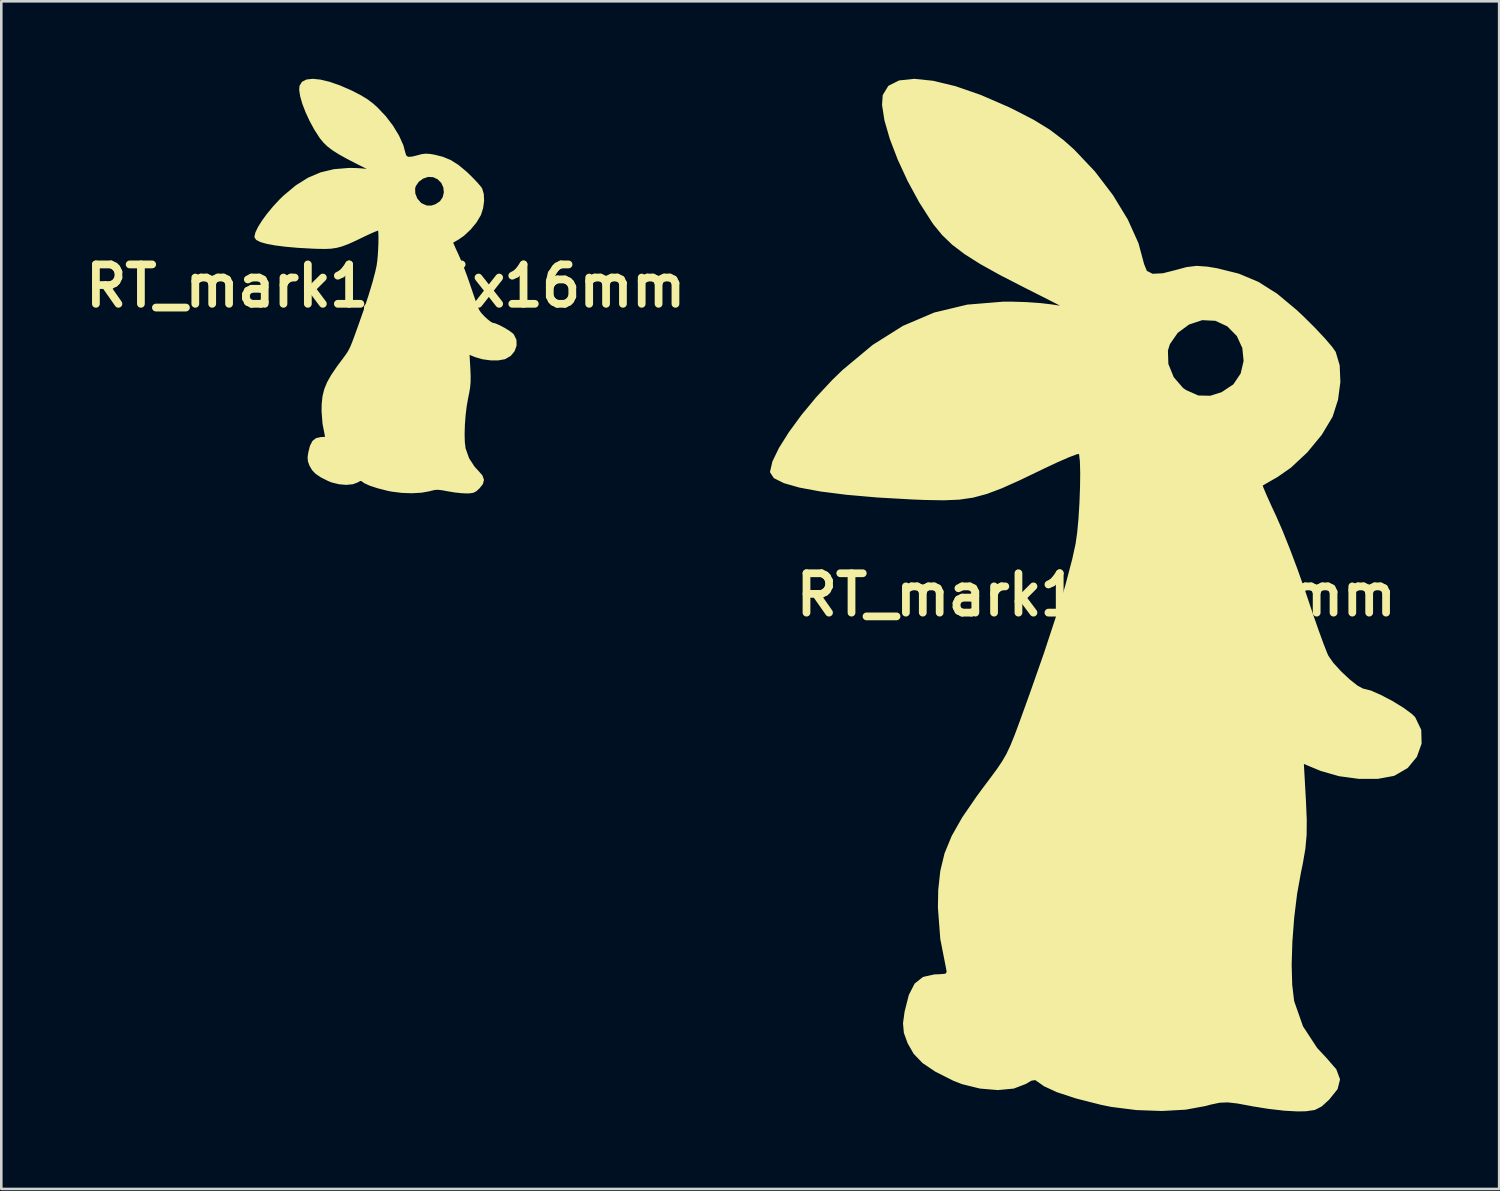
<source format=kicad_pcb>
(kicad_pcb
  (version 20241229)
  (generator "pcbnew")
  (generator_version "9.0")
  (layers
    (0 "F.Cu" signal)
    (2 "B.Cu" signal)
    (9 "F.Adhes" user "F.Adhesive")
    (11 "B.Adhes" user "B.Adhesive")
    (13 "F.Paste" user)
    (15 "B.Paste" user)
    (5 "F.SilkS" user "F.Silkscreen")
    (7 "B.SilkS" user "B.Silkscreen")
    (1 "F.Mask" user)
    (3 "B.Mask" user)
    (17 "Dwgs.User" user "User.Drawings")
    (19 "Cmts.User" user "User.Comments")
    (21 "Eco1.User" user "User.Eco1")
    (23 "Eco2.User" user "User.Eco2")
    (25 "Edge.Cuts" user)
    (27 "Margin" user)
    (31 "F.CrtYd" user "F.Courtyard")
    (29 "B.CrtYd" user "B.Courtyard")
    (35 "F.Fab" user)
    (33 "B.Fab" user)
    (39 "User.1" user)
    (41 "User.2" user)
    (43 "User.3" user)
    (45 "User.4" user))
  (footprint "RT_mark1_16x16mm"
    (layer "F.Cu")
    (at 11.873 8.016)
    (property "Reference" "RT_mark1_16x16mm" (at 0 0 0) (layer "F.SilkS") (effects (font (size 1.524 1.524) (thickness 0.3))))
    (attr through_hole)
    (fp_poly (pts (xy 5.015 2.299) (xy 4.944 2.498) (xy 4.806 2.666) (xy 4.609 2.78) (xy 4.596 2.785) (xy 4.355 2.828) (xy 4.064 2.828) (xy 3.761 2.787) (xy 3.485 2.708) (xy 3.463 2.699) (xy 3.191 2.588) (xy 3.225 3.186) (xy 3.238 3.48) (xy 3.236 3.713) (xy 3.217 3.924) (xy 3.178 4.153) (xy 3.148 4.293) (xy 3.088 4.628) (xy 3.043 4.996) (xy 3.015 5.37) (xy 3.004 5.726) (xy 3.012 6.037) (xy 3.041 6.279) (xy 3.047 6.305) (xy 3.182 6.688) (xy 3.402 7.025) (xy 3.552 7.186) (xy 3.698 7.354) (xy 3.752 7.5) (xy 3.716 7.642) (xy 3.59 7.799) (xy 3.586 7.803) (xy 3.477 7.902) (xy 3.376 7.954) (xy 3.244 7.973) (xy 3.117 7.976) (xy 2.917 7.965) (xy 2.67 7.937) (xy 2.424 7.897) (xy 2.401 7.893) (xy 2.301 7.874) (xy 2.301 -3.618) (xy 2.28 -3.825) (xy 2.192 -4.017) (xy 2.04 -4.171) (xy 1.85 -4.26) (xy 1.637 -4.271) (xy 1.427 -4.201) (xy 1.245 -4.068) (xy 1.121 -3.888) (xy 1.089 -3.784) (xy 1.096 -3.569) (xy 1.181 -3.358) (xy 1.328 -3.188) (xy 1.381 -3.151) (xy 1.576 -3.065) (xy 1.766 -3.061) (xy 1.947 -3.117) (xy 2.136 -3.243) (xy 2.253 -3.417) (xy 2.301 -3.618) (xy 2.301 7.874) (xy 2.186 7.853) (xy 2.034 7.836) (xy 1.907 7.841) (xy 1.77 7.87) (xy 1.686 7.893) (xy 1.382 7.948) (xy 1.016 7.969) (xy 0.623 7.955) (xy 0.236 7.906) (xy 0.076 7.874) (xy -0.306 7.776) (xy -0.599 7.68) (xy -0.8 7.588) (xy -0.869 7.538) (xy -0.939 7.49) (xy -1.009 7.5) (xy -1.098 7.553) (xy -1.282 7.622) (xy -1.524 7.645) (xy -1.797 7.622) (xy -2.07 7.555) (xy -2.206 7.501) (xy -2.48 7.363) (xy -2.676 7.232) (xy -2.81 7.092) (xy -2.902 6.932) (xy -2.959 6.775) (xy -2.971 6.632) (xy -2.947 6.456) (xy -2.882 6.199) (xy -2.795 6.03) (xy -2.673 5.933) (xy -2.502 5.895) (xy -2.436 5.893) (xy -2.327 5.884) (xy -2.294 5.843) (xy -2.305 5.779) (xy -2.394 5.324) (xy -2.431 4.839) (xy -2.426 4.568) (xy -2.395 4.275) (xy -2.329 4.007) (xy -2.22 3.741) (xy -2.058 3.456) (xy -1.835 3.13) (xy -1.755 3.023) (xy -1.621 2.844) (xy -1.519 2.705) (xy -1.439 2.587) (xy -1.373 2.471) (xy -1.311 2.34) (xy -1.245 2.176) (xy -1.164 1.96) (xy -1.061 1.674) (xy -1.013 1.541) (xy -0.794 0.918) (xy -0.609 0.355) (xy -0.46 -0.138) (xy -0.351 -0.554) (xy -0.301 -0.787) (xy -0.276 -0.958) (xy -0.256 -1.176) (xy -0.241 -1.419) (xy -0.231 -1.663) (xy -0.229 -1.886) (xy -0.234 -2.065) (xy -0.246 -2.178) (xy -0.256 -2.204) (xy -0.31 -2.193) (xy -0.436 -2.145) (xy -0.616 -2.066) (xy -0.832 -1.965) (xy -0.85 -1.956) (xy -1.193 -1.791) (xy -1.469 -1.667) (xy -1.701 -1.58) (xy -1.911 -1.524) (xy -2.123 -1.493) (xy -2.359 -1.483) (xy -2.642 -1.488) (xy -2.845 -1.496) (xy -3.389 -1.526) (xy -3.864 -1.568) (xy -4.267 -1.619) (xy -4.59 -1.679) (xy -4.828 -1.747) (xy -4.977 -1.822) (xy -5.029 -1.902) (xy -5.029 -1.904) (xy -4.993 -2.057) (xy -4.894 -2.263) (xy -4.74 -2.507) (xy -4.545 -2.774) (xy -4.318 -3.047) (xy -4.071 -3.313) (xy -3.913 -3.466) (xy -3.448 -3.853) (xy -2.982 -4.145) (xy -2.502 -4.349) (xy -1.993 -4.471) (xy -1.438 -4.517) (xy -1.321 -4.518) (xy -1.092 -4.511) (xy -0.865 -4.495) (xy -0.698 -4.475) (xy -0.561 -4.455) (xy -0.48 -4.447) (xy -0.469 -4.449) (xy -0.517 -4.475) (xy -0.639 -4.538) (xy -0.817 -4.629) (xy -1.035 -4.738) (xy -1.092 -4.767) (xy -1.479 -4.966) (xy -1.786 -5.137) (xy -2.028 -5.29) (xy -2.217 -5.434) (xy -2.37 -5.58) (xy -2.499 -5.738) (xy -2.527 -5.778) (xy -2.724 -6.085) (xy -2.902 -6.413) (xy -3.055 -6.745) (xy -3.177 -7.063) (xy -3.259 -7.348) (xy -3.296 -7.582) (xy -3.286 -7.727) (xy -3.204 -7.863) (xy -3.046 -7.942) (xy -2.818 -7.966) (xy -2.528 -7.936) (xy -2.184 -7.853) (xy -1.793 -7.717) (xy -1.363 -7.53) (xy -1.283 -7.492) (xy -0.974 -7.331) (xy -0.728 -7.181) (xy -0.513 -7.017) (xy -0.354 -6.874) (xy -0.036 -6.539) (xy 0.243 -6.174) (xy 0.47 -5.799) (xy 0.635 -5.435) (xy 0.722 -5.111) (xy 0.767 -4.999) (xy 0.867 -4.948) (xy 1.033 -4.957) (xy 1.216 -5.003) (xy 1.404 -5.053) (xy 1.555 -5.071) (xy 1.719 -5.059) (xy 1.865 -5.035) (xy 2.2 -4.951) (xy 2.5 -4.826) (xy 2.788 -4.643) (xy 3.092 -4.39) (xy 3.19 -4.298) (xy 3.367 -4.122) (xy 3.522 -3.957) (xy 3.636 -3.824) (xy 3.688 -3.75) (xy 3.747 -3.549) (xy 3.758 -3.295) (xy 3.722 -3.024) (xy 3.641 -2.772) (xy 3.634 -2.757) (xy 3.474 -2.488) (xy 3.251 -2.218) (xy 3 -1.983) (xy 2.796 -1.841) (xy 2.664 -1.765) (xy 2.574 -1.714) (xy 2.552 -1.701) (xy 2.567 -1.654) (xy 2.617 -1.536) (xy 2.694 -1.365) (xy 2.764 -1.214) (xy 2.863 -0.988) (xy 2.98 -0.697) (xy 3.101 -0.376) (xy 3.213 -0.056) (xy 3.243 0.034) (xy 3.336 0.309) (xy 3.424 0.561) (xy 3.501 0.77) (xy 3.557 0.913) (xy 3.577 0.956) (xy 3.653 1.066) (xy 3.772 1.196) (xy 3.906 1.322) (xy 4.032 1.422) (xy 4.123 1.471) (xy 4.137 1.473) (xy 4.243 1.5) (xy 4.402 1.57) (xy 4.581 1.665) (xy 4.75 1.769) (xy 4.878 1.864) (xy 4.919 1.906) (xy 5.01 2.094) (xy 5.015 2.299)) (stroke (width 0.1) (type solid)) (fill yes) (layer "F.SilkS")))
  (footprint "RT_mark1_20x20mm"
    (layer "F.Cu")
    (at 39.368 19.965)
    (property "Reference" "RT_mark1_20x20mm" (at 0 0 0) (layer "F.SilkS") (effects (font (size 1.524 1.524) (thickness 0.3))))
    (attr through_hole)
    (fp_poly (pts (xy 12.538 5.749) (xy 12.361 6.244) (xy 12.015 6.664) (xy 11.522 6.95) (xy 11.489 6.961) (xy 10.889 7.071) (xy 10.161 7.071) (xy 9.403 6.969) (xy 8.712 6.771) (xy 8.656 6.749) (xy 7.978 6.469) (xy 8.062 7.965) (xy 8.094 8.7) (xy 8.089 9.282) (xy 8.042 9.809) (xy 7.944 10.382) (xy 7.871 10.732) (xy 7.72 11.57) (xy 7.608 12.49) (xy 7.537 13.426) (xy 7.51 14.315) (xy 7.531 15.094) (xy 7.603 15.697) (xy 7.618 15.764) (xy 7.954 16.72) (xy 8.504 17.561) (xy 8.88 17.965) (xy 9.244 18.385) (xy 9.38 18.75) (xy 9.29 19.105) (xy 8.975 19.498) (xy 8.966 19.507) (xy 8.692 19.756) (xy 8.441 19.885) (xy 8.11 19.933) (xy 7.791 19.939) (xy 7.294 19.912) (xy 6.675 19.842) (xy 6.06 19.743) (xy 6.002 19.731) (xy 5.751 19.685) (xy 5.751 -9.046) (xy 5.699 -9.564) (xy 5.48 -10.042) (xy 5.1 -10.427) (xy 4.624 -10.651) (xy 4.093 -10.678) (xy 3.567 -10.503) (xy 3.114 -10.17) (xy 2.803 -9.721) (xy 2.722 -9.46) (xy 2.739 -8.923) (xy 2.953 -8.396) (xy 3.32 -7.97) (xy 3.453 -7.877) (xy 3.94 -7.662) (xy 4.416 -7.652) (xy 4.868 -7.793) (xy 5.34 -8.107) (xy 5.633 -8.543) (xy 5.751 -9.046) (xy 5.751 19.685) (xy 5.465 19.632) (xy 5.084 19.589) (xy 4.768 19.603) (xy 4.426 19.674) (xy 4.216 19.731) (xy 3.455 19.871) (xy 2.541 19.922) (xy 1.557 19.887) (xy 0.59 19.765) (xy 0.191 19.684) (xy -0.764 19.441) (xy -1.499 19.201) (xy -2 18.97) (xy -2.174 18.846) (xy -2.347 18.726) (xy -2.522 18.749) (xy -2.746 18.881) (xy -3.204 19.056) (xy -3.811 19.113) (xy -4.493 19.055) (xy -5.176 18.887) (xy -5.514 18.754) (xy -6.201 18.408) (xy -6.689 18.08) (xy -7.026 17.729) (xy -7.254 17.33) (xy -7.396 16.938) (xy -7.428 16.58) (xy -7.368 16.14) (xy -7.206 15.499) (xy -6.988 15.074) (xy -6.682 14.832) (xy -6.255 14.737) (xy -6.09 14.732) (xy -5.816 14.71) (xy -5.735 14.608) (xy -5.763 14.446) (xy -5.986 13.311) (xy -6.078 12.097) (xy -6.065 11.42) (xy -5.986 10.689) (xy -5.823 10.018) (xy -5.55 9.353) (xy -5.146 8.64) (xy -4.586 7.825) (xy -4.388 7.556) (xy -4.053 7.11) (xy -3.797 6.762) (xy -3.598 6.466) (xy -3.432 6.178) (xy -3.278 5.851) (xy -3.111 5.44) (xy -2.911 4.9) (xy -2.652 4.185) (xy -2.532 3.852) (xy -1.985 2.294) (xy -1.522 0.888) (xy -1.151 -0.346) (xy -0.878 -1.385) (xy -0.751 -1.968) (xy -0.69 -2.395) (xy -0.639 -2.94) (xy -0.602 -3.546) (xy -0.579 -4.157) (xy -0.572 -4.715) (xy -0.584 -5.163) (xy -0.616 -5.446) (xy -0.641 -5.509) (xy -0.775 -5.483) (xy -1.09 -5.363) (xy -1.54 -5.166) (xy -2.079 -4.912) (xy -2.125 -4.889) (xy -2.983 -4.477) (xy -3.673 -4.168) (xy -4.252 -3.95) (xy -4.777 -3.809) (xy -5.307 -3.732) (xy -5.897 -3.707) (xy -6.605 -3.719) (xy -7.112 -3.739) (xy -8.471 -3.816) (xy -9.661 -3.92) (xy -10.667 -4.048) (xy -11.475 -4.198) (xy -12.071 -4.368) (xy -12.442 -4.554) (xy -12.573 -4.755) (xy -12.573 -4.76) (xy -12.484 -5.143) (xy -12.234 -5.659) (xy -11.851 -6.268) (xy -11.362 -6.935) (xy -10.795 -7.619) (xy -10.177 -8.282) (xy -9.782 -8.664) (xy -8.619 -9.632) (xy -7.456 -10.363) (xy -6.256 -10.874) (xy -4.982 -11.179) (xy -3.596 -11.293) (xy -3.302 -11.294) (xy -2.729 -11.277) (xy -2.162 -11.238) (xy -1.745 -11.188) (xy -1.403 -11.137) (xy -1.2 -11.116) (xy -1.174 -11.122) (xy -1.293 -11.187) (xy -1.597 -11.344) (xy -2.042 -11.571) (xy -2.587 -11.846) (xy -2.731 -11.918) (xy -3.698 -12.415) (xy -4.466 -12.842) (xy -5.069 -13.224) (xy -5.544 -13.585) (xy -5.925 -13.951) (xy -6.248 -14.345) (xy -6.318 -14.444) (xy -6.809 -15.212) (xy -7.255 -16.033) (xy -7.638 -16.863) (xy -7.942 -17.656) (xy -8.148 -18.369) (xy -8.239 -18.956) (xy -8.215 -19.319) (xy -8.01 -19.656) (xy -7.614 -19.854) (xy -7.044 -19.915) (xy -6.32 -19.84) (xy -5.46 -19.632) (xy -4.483 -19.293) (xy -3.408 -18.826) (xy -3.208 -18.729) (xy -2.434 -18.329) (xy -1.82 -17.951) (xy -1.283 -17.543) (xy -0.884 -17.186) (xy -0.091 -16.348) (xy 0.606 -15.434) (xy 1.176 -14.497) (xy 1.586 -13.587) (xy 1.804 -12.777) (xy 1.918 -12.497) (xy 2.169 -12.371) (xy 2.583 -12.392) (xy 3.04 -12.507) (xy 3.51 -12.633) (xy 3.887 -12.678) (xy 4.296 -12.648) (xy 4.663 -12.587) (xy 5.501 -12.379) (xy 6.249 -12.064) (xy 6.971 -11.608) (xy 7.731 -10.974) (xy 7.974 -10.745) (xy 8.418 -10.305) (xy 8.805 -9.893) (xy 9.09 -9.56) (xy 9.219 -9.376) (xy 9.368 -8.872) (xy 9.395 -8.237) (xy 9.305 -7.56) (xy 9.104 -6.93) (xy 9.086 -6.891) (xy 8.684 -6.22) (xy 8.129 -5.546) (xy 7.5 -4.958) (xy 6.989 -4.602) (xy 6.659 -4.413) (xy 6.436 -4.284) (xy 6.38 -4.252) (xy 6.417 -4.136) (xy 6.542 -3.84) (xy 6.735 -3.412) (xy 6.91 -3.036) (xy 7.158 -2.47) (xy 7.449 -1.743) (xy 7.751 -0.939) (xy 8.033 -0.14) (xy 8.109 0.084) (xy 8.341 0.773) (xy 8.561 1.404) (xy 8.751 1.924) (xy 8.892 2.282) (xy 8.941 2.389) (xy 9.134 2.665) (xy 9.429 2.989) (xy 9.765 3.305) (xy 10.079 3.554) (xy 10.308 3.678) (xy 10.342 3.683) (xy 10.609 3.751) (xy 11.004 3.925) (xy 11.452 4.162) (xy 11.874 4.422) (xy 12.194 4.66) (xy 12.298 4.764) (xy 12.524 5.236) (xy 12.538 5.749)) (stroke (width 0.1) (type solid)) (fill yes) (layer "F.SilkS")))
  (gr_rect
    (start -3 -3)
    (end 54.956 42.954)
    (stroke (width 0.1) (type default))
    (fill no)
    (layer "Edge.Cuts")))
</source>
